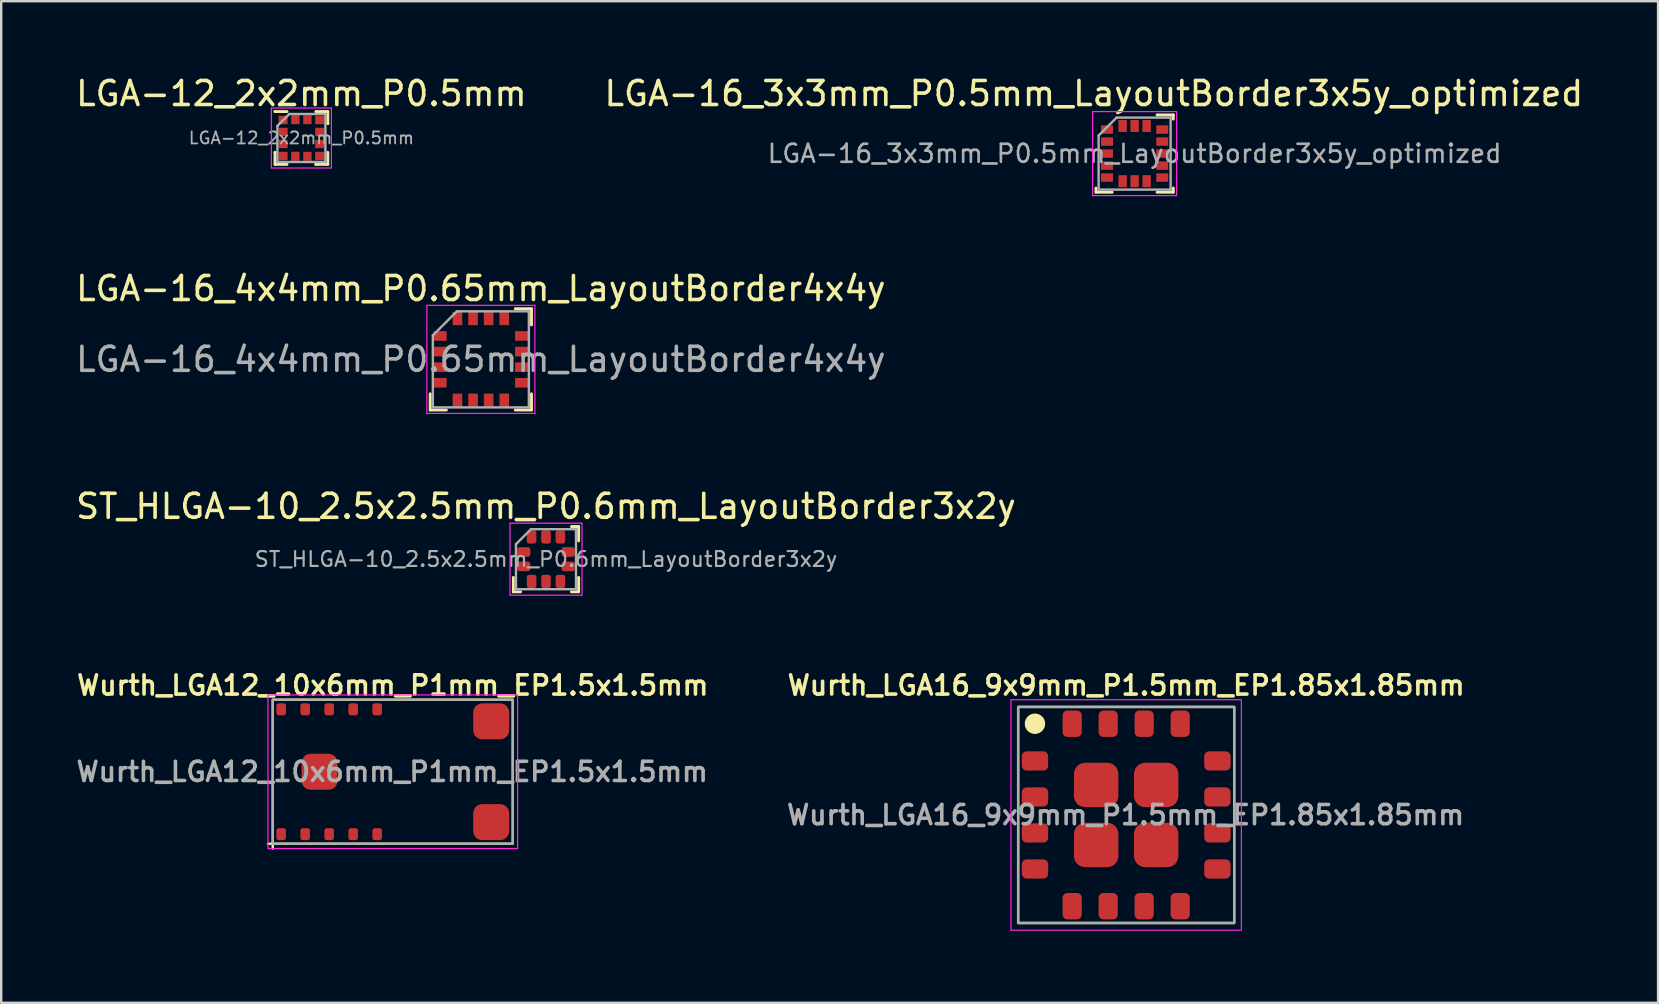
<source format=kicad_pcb>
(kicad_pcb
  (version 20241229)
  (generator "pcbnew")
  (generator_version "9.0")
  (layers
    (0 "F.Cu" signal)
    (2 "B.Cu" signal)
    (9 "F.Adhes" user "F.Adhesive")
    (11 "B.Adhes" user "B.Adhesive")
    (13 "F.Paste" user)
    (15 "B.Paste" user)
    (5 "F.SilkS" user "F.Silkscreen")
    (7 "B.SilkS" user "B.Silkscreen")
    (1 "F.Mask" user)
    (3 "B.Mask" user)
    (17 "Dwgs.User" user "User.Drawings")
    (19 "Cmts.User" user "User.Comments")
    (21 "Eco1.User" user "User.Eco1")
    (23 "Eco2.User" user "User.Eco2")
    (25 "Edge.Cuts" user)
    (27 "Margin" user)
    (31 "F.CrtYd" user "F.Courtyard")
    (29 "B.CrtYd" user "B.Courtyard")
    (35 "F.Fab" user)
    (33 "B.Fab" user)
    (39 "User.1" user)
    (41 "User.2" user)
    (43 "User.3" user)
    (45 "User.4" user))
  (footprint "LGA-16_4x4mm_P0.65mm_LayoutBorder4x4y"
    (layer "F.Cu")
    (at 16.982 11.921)
    (property "Reference" "LGA-16_4x4mm_P0.65mm_LayoutBorder4x4y" (at 0 -2.95 0) (layer "F.SilkS") (effects (font (size 1 1) (thickness 0.15))))
    (attr smd)
    (fp_line (start -2.11 2.11) (end -2.11 1.435) (stroke (width 0.12) (type solid)) (layer "F.SilkS"))
    (fp_line (start -1.435 2.11) (end -2.11 2.11) (stroke (width 0.12) (type solid)) (layer "F.SilkS"))
    (fp_line (start 1.435 -2.11) (end 2.11 -2.11) (stroke (width 0.12) (type solid)) (layer "F.SilkS"))
    (fp_line (start 1.435 2.11) (end 2.11 2.11) (stroke (width 0.12) (type solid)) (layer "F.SilkS"))
    (fp_line (start 2.11 -2.11) (end 2.11 -1.435) (stroke (width 0.12) (type solid)) (layer "F.SilkS"))
    (fp_line (start 2.11 2.11) (end 2.11 1.435) (stroke (width 0.12) (type solid)) (layer "F.SilkS"))
    (fp_line (start -2.25 -2.25) (end -2.25 2.25) (stroke (width 0.05) (type solid)) (layer "F.CrtYd"))
    (fp_line (start -2.25 2.25) (end 2.25 2.25) (stroke (width 0.05) (type solid)) (layer "F.CrtYd"))
    (fp_line (start 2.25 -2.25) (end -2.25 -2.25) (stroke (width 0.05) (type solid)) (layer "F.CrtYd"))
    (fp_line (start 2.25 2.25) (end 2.25 -2.25) (stroke (width 0.05) (type solid)) (layer "F.CrtYd"))
    (fp_line (start -2 -1) (end -1 -2) (stroke (width 0.1) (type solid)) (layer "F.Fab"))
    (fp_line (start -2 2) (end -2 -1) (stroke (width 0.1) (type solid)) (layer "F.Fab"))
    (fp_line (start -1 -2) (end 2 -2) (stroke (width 0.1) (type solid)) (layer "F.Fab"))
    (fp_line (start 2 -2) (end 2 2) (stroke (width 0.1) (type solid)) (layer "F.Fab"))
    (fp_line (start 2 2) (end -2 2) (stroke (width 0.1) (type solid)) (layer "F.Fab"))
    (fp_text user "${REFERENCE}" (at 0 0 0) (layer "F.Fab") (effects (font (size 1 1) (thickness 0.15))))
    (pad "1" smd rect (at -1.7 -0.975) (size 0.55 0.4) (layers "F.Cu" "F.Mask" "F.Paste"))
    (pad "2" smd rect (at -1.7 -0.325) (size 0.55 0.4) (layers "F.Cu" "F.Mask" "F.Paste"))
    (pad "3" smd rect (at -1.7 0.325) (size 0.55 0.4) (layers "F.Cu" "F.Mask" "F.Paste"))
    (pad "4" smd rect (at -1.7 0.975) (size 0.55 0.4) (layers "F.Cu" "F.Mask" "F.Paste"))
    (pad "5" smd rect (at -0.975 1.7) (size 0.4 0.55) (layers "F.Cu" "F.Mask" "F.Paste"))
    (pad "6" smd rect (at -0.325 1.7) (size 0.4 0.55) (layers "F.Cu" "F.Mask" "F.Paste"))
    (pad "7" smd rect (at 0.325 1.7) (size 0.4 0.55) (layers "F.Cu" "F.Mask" "F.Paste"))
    (pad "8" smd rect (at 0.975 1.7) (size 0.4 0.55) (layers "F.Cu" "F.Mask" "F.Paste"))
    (pad "9" smd rect (at 1.7 0.975) (size 0.55 0.4) (layers "F.Cu" "F.Mask" "F.Paste"))
    (pad "10" smd rect (at 1.7 0.325) (size 0.55 0.4) (layers "F.Cu" "F.Mask" "F.Paste"))
    (pad "11" smd rect (at 1.7 -0.325) (size 0.55 0.4) (layers "F.Cu" "F.Mask" "F.Paste"))
    (pad "12" smd rect (at 1.7 -0.975) (size 0.55 0.4) (layers "F.Cu" "F.Mask" "F.Paste"))
    (pad "13" smd rect (at 0.975 -1.7) (size 0.4 0.55) (layers "F.Cu" "F.Mask" "F.Paste"))
    (pad "14" smd rect (at 0.325 -1.7) (size 0.4 0.55) (layers "F.Cu" "F.Mask" "F.Paste"))
    (pad "15" smd rect (at -0.325 -1.7) (size 0.4 0.55) (layers "F.Cu" "F.Mask" "F.Paste"))
    (pad "16" smd rect (at -0.975 -1.7) (size 0.4 0.55) (layers "F.Cu" "F.Mask" "F.Paste")))
  (footprint "LGA-16_3x3mm_P0.5mm_LayoutBorder3x5y_optimized"
    (layer "F.Cu")
    (at 44.218 3.348)
    (property "Reference" "LGA-16_3x3mm_P0.5mm_LayoutBorder3x5y_optimized" (at -1.7 -2.5 0) (layer "F.SilkS") (effects (font (size 1 1) (thickness 0.15))))
    (attr smd)
    (fp_line (start -1.61 1.61) (end -1.61 1.435) (stroke (width 0.12) (type solid)) (layer "F.SilkS"))
    (fp_line (start -0.935 1.61) (end -1.61 1.61) (stroke (width 0.12) (type solid)) (layer "F.SilkS"))
    (fp_line (start 0.935 -1.61) (end 1.61 -1.61) (stroke (width 0.12) (type solid)) (layer "F.SilkS"))
    (fp_line (start 0.935 1.61) (end 1.61 1.61) (stroke (width 0.12) (type solid)) (layer "F.SilkS"))
    (fp_line (start 1.61 -1.61) (end 1.61 -1.435) (stroke (width 0.12) (type solid)) (layer "F.SilkS"))
    (fp_line (start 1.61 1.61) (end 1.61 1.435) (stroke (width 0.12) (type solid)) (layer "F.SilkS"))
    (fp_line (start -1.75 -1.75) (end -1.75 1.75) (stroke (width 0.05) (type solid)) (layer "F.CrtYd"))
    (fp_line (start -1.75 1.75) (end 1.75 1.75) (stroke (width 0.05) (type solid)) (layer "F.CrtYd"))
    (fp_line (start 1.75 -1.75) (end -1.75 -1.75) (stroke (width 0.05) (type solid)) (layer "F.CrtYd"))
    (fp_line (start 1.75 1.75) (end 1.75 -1.75) (stroke (width 0.05) (type solid)) (layer "F.CrtYd"))
    (fp_line (start -1.5 -0.75) (end -0.75 -1.5) (stroke (width 0.1) (type solid)) (layer "F.Fab"))
    (fp_line (start -1.5 1.5) (end -1.5 -0.75) (stroke (width 0.1) (type solid)) (layer "F.Fab"))
    (fp_line (start -0.75 -1.5) (end 1.5 -1.5) (stroke (width 0.1) (type solid)) (layer "F.Fab"))
    (fp_line (start 1.5 -1.5) (end 1.5 1.5) (stroke (width 0.1) (type solid)) (layer "F.Fab"))
    (fp_line (start 1.5 1.5) (end -1.5 1.5) (stroke (width 0.1) (type solid)) (layer "F.Fab"))
    (fp_text user "${REFERENCE}" (at 0 0 0) (layer "F.Fab") (effects (font (size 0.75 0.75) (thickness 0.11))))
    (pad "1" smd rect (at -1.15 -1) (size 0.5 0.35) (layers "F.Cu" "F.Mask" "F.Paste"))
    (pad "2" smd rect (at -1.15 -0.5) (size 0.5 0.35) (layers "F.Cu" "F.Mask" "F.Paste"))
    (pad "3" smd rect (at -1.15 0) (size 0.5 0.35) (layers "F.Cu" "F.Mask" "F.Paste"))
    (pad "4" smd rect (at -1.15 0.5) (size 0.5 0.35) (layers "F.Cu" "F.Mask" "F.Paste"))
    (pad "5" smd rect (at -1.15 1) (size 0.5 0.35) (layers "F.Cu" "F.Mask" "F.Paste"))
    (pad "6" smd rect (at -0.5 1.15) (size 0.35 0.5) (layers "F.Cu" "F.Mask" "F.Paste"))
    (pad "7" smd rect (at 0 1.15) (size 0.35 0.5) (layers "F.Cu" "F.Mask" "F.Paste"))
    (pad "8" smd rect (at 0.5 1.15) (size 0.35 0.5) (layers "F.Cu" "F.Mask" "F.Paste"))
    (pad "9" smd rect (at 1.15 1) (size 0.5 0.35) (layers "F.Cu" "F.Mask" "F.Paste"))
    (pad "10" smd rect (at 1.15 0.5) (size 0.5 0.35) (layers "F.Cu" "F.Mask" "F.Paste"))
    (pad "11" smd rect (at 1.15 0) (size 0.5 0.35) (layers "F.Cu" "F.Mask" "F.Paste"))
    (pad "12" smd rect (at 1.15 -0.5) (size 0.5 0.35) (layers "F.Cu" "F.Mask" "F.Paste"))
    (pad "13" smd rect (at 1.15 -1) (size 0.5 0.35) (layers "F.Cu" "F.Mask" "F.Paste"))
    (pad "14" smd rect (at 0.5 -1.15) (size 0.35 0.5) (layers "F.Cu" "F.Mask" "F.Paste"))
    (pad "15" smd rect (at 0 -1.15) (size 0.35 0.5) (layers "F.Cu" "F.Mask" "F.Paste"))
    (pad "16" smd rect (at -0.5 -1.15) (size 0.35 0.5) (layers "F.Cu" "F.Mask" "F.Paste")))
  (footprint "ST_HLGA-10_2.5x2.5mm_P0.6mm_LayoutBorder3x2y"
    (layer "F.Cu")
    (at 19.696 20.245)
    (property "Reference" "ST_HLGA-10_2.5x2.5mm_P0.6mm_LayoutBorder3x2y" (at 0 -2.2 0) (layer "F.SilkS") (effects (font (size 1 1) (thickness 0.15))))
    (attr smd)
    (fp_line (start -1.36 1.36) (end -1.36 0.76) (stroke (width 0.12) (type solid)) (layer "F.SilkS"))
    (fp_line (start -1.06 1.36) (end -1.36 1.36) (stroke (width 0.12) (type solid)) (layer "F.SilkS"))
    (fp_line (start 1.06 -1.36) (end 1.36 -1.36) (stroke (width 0.12) (type solid)) (layer "F.SilkS"))
    (fp_line (start 1.06 1.36) (end 1.36 1.36) (stroke (width 0.12) (type solid)) (layer "F.SilkS"))
    (fp_line (start 1.36 -1.36) (end 1.36 -0.76) (stroke (width 0.12) (type solid)) (layer "F.SilkS"))
    (fp_line (start 1.36 1.36) (end 1.36 0.76) (stroke (width 0.12) (type solid)) (layer "F.SilkS"))
    (fp_line (start -1.5 -1.5) (end -1.5 1.5) (stroke (width 0.05) (type solid)) (layer "F.CrtYd"))
    (fp_line (start -1.5 1.5) (end 1.5 1.5) (stroke (width 0.05) (type solid)) (layer "F.CrtYd"))
    (fp_line (start 1.5 -1.5) (end -1.5 -1.5) (stroke (width 0.05) (type solid)) (layer "F.CrtYd"))
    (fp_line (start 1.5 1.5) (end 1.5 -1.5) (stroke (width 0.05) (type solid)) (layer "F.CrtYd"))
    (fp_line (start -1.25 -0.625) (end -0.625 -1.25) (stroke (width 0.1) (type solid)) (layer "F.Fab"))
    (fp_line (start -1.25 1.25) (end -1.25 -0.625) (stroke (width 0.1) (type solid)) (layer "F.Fab"))
    (fp_line (start -0.625 -1.25) (end 1.25 -1.25) (stroke (width 0.1) (type solid)) (layer "F.Fab"))
    (fp_line (start 1.25 -1.25) (end 1.25 1.25) (stroke (width 0.1) (type solid)) (layer "F.Fab"))
    (fp_line (start 1.25 1.25) (end -1.25 1.25) (stroke (width 0.1) (type solid)) (layer "F.Fab"))
    (fp_text user "${REFERENCE}" (at 0 0 0) (layer "F.Fab") (effects (font (size 0.62 0.62) (thickness 0.09))))
    (pad "1" smd roundrect (at -0.925 -0.3) (size 0.55 0.4) (layers "F.Cu" "F.Mask" "F.Paste") (roundrect_rratio 0.25))
    (pad "2" smd roundrect (at -0.925 0.3) (size 0.55 0.4) (layers "F.Cu" "F.Mask" "F.Paste") (roundrect_rratio 0.25))
    (pad "3" smd roundrect (at -0.6 0.925) (size 0.4 0.55) (layers "F.Cu" "F.Mask" "F.Paste") (roundrect_rratio 0.25))
    (pad "4" smd roundrect (at 0 0.925) (size 0.4 0.55) (layers "F.Cu" "F.Mask" "F.Paste") (roundrect_rratio 0.25))
    (pad "5" smd roundrect (at 0.6 0.925) (size 0.4 0.55) (layers "F.Cu" "F.Mask" "F.Paste") (roundrect_rratio 0.25))
    (pad "6" smd roundrect (at 0.925 0.3) (size 0.55 0.4) (layers "F.Cu" "F.Mask" "F.Paste") (roundrect_rratio 0.25))
    (pad "7" smd roundrect (at 0.925 -0.3) (size 0.55 0.4) (layers "F.Cu" "F.Mask" "F.Paste") (roundrect_rratio 0.25))
    (pad "8" smd roundrect (at 0.6 -0.925) (size 0.4 0.55) (layers "F.Cu" "F.Mask" "F.Paste") (roundrect_rratio 0.25))
    (pad "9" smd roundrect (at 0 -0.925) (size 0.4 0.55) (layers "F.Cu" "F.Mask" "F.Paste") (roundrect_rratio 0.25))
    (pad "10" smd roundrect (at -0.6 -0.925) (size 0.4 0.55) (layers "F.Cu" "F.Mask" "F.Paste") (roundrect_rratio 0.25)))
  (footprint "LGA-12_2x2mm_P0.5mm"
    (layer "F.Cu")
    (at 9.506 2.698)
    (property "Reference" "LGA-12_2x2mm_P0.5mm" (at 0 -1.85 0) (layer "F.SilkS") (effects (font (size 1 1) (thickness 0.15))))
    (attr smd)
    (fp_line (start -1.1 -1.1) (end -1.1 -1.1) (stroke (width 0.12) (type solid)) (layer "F.SilkS"))
    (fp_line (start -1.1 0.6) (end -1.1 0.6) (stroke (width 0.12) (type solid)) (layer "F.SilkS"))
    (fp_line (start -1.1 1.1) (end -1.1 0.6) (stroke (width 0.12) (type solid)) (layer "F.SilkS"))
    (fp_line (start -0.6 -1.1) (end -1.1 -1.1) (stroke (width 0.12) (type solid)) (layer "F.SilkS"))
    (fp_line (start -0.6 1.1) (end -1.1 1.1) (stroke (width 0.12) (type solid)) (layer "F.SilkS"))
    (fp_line (start 0.6 -1.1) (end 1.1 -1.1) (stroke (width 0.12) (type solid)) (layer "F.SilkS"))
    (fp_line (start 0.6 1.1) (end 0.6 1.1) (stroke (width 0.12) (type solid)) (layer "F.SilkS"))
    (fp_line (start 1.1 -1.1) (end 1.1 -0.6) (stroke (width 0.12) (type solid)) (layer "F.SilkS"))
    (fp_line (start 1.1 -0.6) (end 1.1 -0.6) (stroke (width 0.12) (type solid)) (layer "F.SilkS"))
    (fp_line (start 1.1 0.6) (end 1.1 1.1) (stroke (width 0.12) (type solid)) (layer "F.SilkS"))
    (fp_line (start 1.1 1.1) (end 0.6 1.1) (stroke (width 0.12) (type solid)) (layer "F.SilkS"))
    (fp_line (start -1.25 -1.25) (end 1.25 -1.25) (stroke (width 0.05) (type solid)) (layer "F.CrtYd"))
    (fp_line (start -1.25 1.25) (end -1.25 -1.25) (stroke (width 0.05) (type solid)) (layer "F.CrtYd"))
    (fp_line (start 1.25 -1.25) (end 1.25 1.25) (stroke (width 0.05) (type solid)) (layer "F.CrtYd"))
    (fp_line (start 1.25 1.25) (end -1.25 1.25) (stroke (width 0.05) (type solid)) (layer "F.CrtYd"))
    (fp_line (start -1 -0.5) (end -0.5 -1) (stroke (width 0.1) (type solid)) (layer "F.Fab"))
    (fp_line (start -1 1) (end -1 -0.5) (stroke (width 0.1) (type solid)) (layer "F.Fab"))
    (fp_line (start -0.5 -1) (end 1 -1) (stroke (width 0.1) (type solid)) (layer "F.Fab"))
    (fp_line (start 1 -1) (end 1 1) (stroke (width 0.1) (type solid)) (layer "F.Fab"))
    (fp_line (start 1 1) (end -1 1) (stroke (width 0.1) (type solid)) (layer "F.Fab"))
    (fp_text user "${REFERENCE}" (at 0 0 0) (layer "F.Fab") (effects (font (size 0.5 0.5) (thickness 0.075))))
    (pad "1" smd rect (at -0.762 -0.75) (size 0.375 0.35) (layers "F.Cu" "F.Mask" "F.Paste"))
    (pad "2" smd rect (at -0.762 -0.25) (size 0.375 0.35) (layers "F.Cu" "F.Mask" "F.Paste"))
    (pad "3" smd rect (at -0.762 0.25) (size 0.375 0.35) (layers "F.Cu" "F.Mask" "F.Paste"))
    (pad "4" smd rect (at -0.762 0.75) (size 0.375 0.35) (layers "F.Cu" "F.Mask" "F.Paste"))
    (pad "5" smd rect (at -0.25 0.762 90) (size 0.375 0.35) (layers "F.Cu" "F.Mask" "F.Paste"))
    (pad "6" smd rect (at 0.25 0.762 90) (size 0.375 0.35) (layers "F.Cu" "F.Mask" "F.Paste"))
    (pad "7" smd rect (at 0.762 0.75) (size 0.375 0.35) (layers "F.Cu" "F.Mask" "F.Paste"))
    (pad "8" smd rect (at 0.762 0.25) (size 0.375 0.35) (layers "F.Cu" "F.Mask" "F.Paste"))
    (pad "9" smd rect (at 0.762 -0.25) (size 0.375 0.35) (layers "F.Cu" "F.Mask" "F.Paste"))
    (pad "10" smd rect (at 0.762 -0.75) (size 0.375 0.35) (layers "F.Cu" "F.Mask" "F.Paste"))
    (pad "11" smd rect (at 0.25 -0.762 90) (size 0.375 0.35) (layers "F.Cu" "F.Mask" "F.Paste"))
    (pad "12" smd rect (at -0.25 -0.762 90) (size 0.375 0.35) (layers "F.Cu" "F.Mask" "F.Paste")))
  (footprint "Wurth_LGA16_9x9mm_P1.5mm_EP1.85x1.85mm"
    (layer "F.Cu")
    (at 43.866 30.901)
    (property "Reference" "Wurth_LGA16_9x9mm_P1.5mm_EP1.85x1.85mm" (at 0 -5.4 0) (unlocked yes) (layer "F.SilkS") (effects (font (size 0.8 0.8) (thickness 0.15) (bold yes))))
    (attr smd)
    (fp_rect (start -4.5 -4.5) (end 4.5 4.5) (stroke (width 0.1) (type default)) (fill no) (layer "F.SilkS"))
    (fp_circle (center -3.8 -3.8) (end -3.4 -3.8) (stroke (width 0.05) (type solid)) (fill yes) (layer "F.SilkS"))
    (fp_rect (start -4.8 -4.8) (end 4.8 4.8) (stroke (width 0.05) (type default)) (fill no) (layer "F.CrtYd"))
    (fp_rect (start -4.5 -4.5) (end 4.5 4.5) (stroke (width 0.1) (type default)) (fill no) (layer "F.Fab"))
    (fp_text user "${REFERENCE}" (at -0.025 0 0) (unlocked yes) (layer "F.Fab") (effects (font (size 0.8 0.8) (thickness 0.15))))
    (pad "1" smd roundrect (at -3.8 -2.25) (size 1.1 0.8) (layers "F.Cu" "F.Mask" "F.Paste") (roundrect_rratio 0.25))
    (pad "2" smd roundrect (at -3.8 -0.75) (size 1.1 0.8) (layers "F.Cu" "F.Mask" "F.Paste") (roundrect_rratio 0.25))
    (pad "3" smd roundrect (at -3.8 0.75) (size 1.1 0.8) (layers "F.Cu" "F.Mask" "F.Paste") (roundrect_rratio 0.25))
    (pad "4" smd roundrect (at -3.8 2.25) (size 1.1 0.8) (layers "F.Cu" "F.Mask" "F.Paste") (roundrect_rratio 0.25))
    (pad "5" smd roundrect (at -2.25 3.8 90) (size 1.1 0.8) (layers "F.Cu" "F.Mask" "F.Paste") (roundrect_rratio 0.25))
    (pad "6" smd roundrect (at -0.75 3.8 90) (size 1.1 0.8) (layers "F.Cu" "F.Mask" "F.Paste") (roundrect_rratio 0.25))
    (pad "7" smd roundrect (at 0.75 3.8 90) (size 1.1 0.8) (layers "F.Cu" "F.Mask" "F.Paste") (roundrect_rratio 0.25))
    (pad "8" smd roundrect (at 2.25 3.8 90) (size 1.1 0.8) (layers "F.Cu" "F.Mask" "F.Paste") (roundrect_rratio 0.25))
    (pad "9" smd roundrect (at 3.8 2.25 180) (size 1.1 0.8) (layers "F.Cu" "F.Mask" "F.Paste") (roundrect_rratio 0.25))
    (pad "10" smd roundrect (at 3.8 0.75 180) (size 1.1 0.8) (layers "F.Cu" "F.Mask" "F.Paste") (roundrect_rratio 0.25))
    (pad "11" smd roundrect (at 3.8 -0.75 180) (size 1.1 0.8) (layers "F.Cu" "F.Mask" "F.Paste") (roundrect_rratio 0.25))
    (pad "12" smd roundrect (at 3.8 -2.25 180) (size 1.1 0.8) (layers "F.Cu" "F.Mask" "F.Paste") (roundrect_rratio 0.25))
    (pad "13" smd roundrect (at 2.25 -3.8 270) (size 1.1 0.8) (layers "F.Cu" "F.Mask" "F.Paste") (roundrect_rratio 0.25))
    (pad "14" smd roundrect (at 0.75 -3.8 270) (size 1.1 0.8) (layers "F.Cu" "F.Mask" "F.Paste") (roundrect_rratio 0.25))
    (pad "15" smd roundrect (at -0.75 -3.8 270) (size 1.1 0.8) (layers "F.Cu" "F.Mask" "F.Paste") (roundrect_rratio 0.25))
    (pad "16" smd roundrect (at -2.25 -3.8 270) (size 1.1 0.8) (layers "F.Cu" "F.Mask" "F.Paste") (roundrect_rratio 0.25))
    (pad "EP" smd roundrect (at -1.25 -1.25 270) (size 1.85 1.85) (layers "F.Cu" "F.Mask" "F.Paste") (roundrect_rratio 0.25))
    (pad "EP" smd roundrect (at -1.25 1.25 270) (size 1.85 1.85) (layers "F.Cu" "F.Mask" "F.Paste") (roundrect_rratio 0.25))
    (pad "EP" smd roundrect (at 1.25 -1.25 270) (size 1.85 1.85) (layers "F.Cu" "F.Mask" "F.Paste") (roundrect_rratio 0.25))
    (pad "EP" smd roundrect (at 1.25 1.25 270) (size 1.85 1.85) (layers "F.Cu" "F.Mask" "F.Paste") (roundrect_rratio 0.25)))
  (footprint "Wurth_LGA12_10x6mm_P1mm_EP1.5x1.5mm"
    (layer "F.Cu")
    (at 13.313 29.101)
    (property "Reference" "Wurth_LGA12_10x6mm_P1mm_EP1.5x1.5mm" (at 0 -3.6 0) (unlocked yes) (layer "F.SilkS") (effects (font (size 0.8 0.8) (thickness 0.15) (bold yes))))
    (attr smd)
    (fp_line (start -5 3) (end -5.2 3) (stroke (width 0.1) (type default)) (layer "F.SilkS"))
    (fp_line (start -5 3) (end -5 3.2) (stroke (width 0.1) (type default)) (layer "F.SilkS"))
    (fp_rect (start -5 -3) (end 5 3) (stroke (width 0.1) (type default)) (fill no) (layer "F.SilkS"))
    (fp_rect (start -5.2 -3.2) (end 5.2 3.2) (stroke (width 0.05) (type default)) (fill no) (layer "F.CrtYd"))
    (fp_rect (start -5 -3) (end 5 3) (stroke (width 0.1) (type default)) (fill no) (layer "F.Fab"))
    (fp_text user "${REFERENCE}" (at -0.025 0 0) (unlocked yes) (layer "F.Fab") (effects (font (size 0.8 0.8) (thickness 0.15))))
    (pad "1" smd roundrect (at -4.65 2.6) (size 0.4 0.5) (layers "F.Cu" "F.Mask" "F.Paste") (roundrect_rratio 0.25))
    (pad "2" smd roundrect (at -3.65 2.6) (size 0.4 0.5) (layers "F.Cu" "F.Mask" "F.Paste") (roundrect_rratio 0.25))
    (pad "3" smd roundrect (at -2.65 2.6) (size 0.4 0.5) (layers "F.Cu" "F.Mask" "F.Paste") (roundrect_rratio 0.25))
    (pad "4" smd roundrect (at -1.65 2.6) (size 0.4 0.5) (layers "F.Cu" "F.Mask" "F.Paste") (roundrect_rratio 0.25))
    (pad "5" smd roundrect (at -0.65 2.6) (size 0.4 0.5) (layers "F.Cu" "F.Mask" "F.Paste") (roundrect_rratio 0.25))
    (pad "6" smd roundrect (at 4.1 2.1) (size 1.5 1.5) (layers "F.Cu" "F.Mask" "F.Paste") (roundrect_rratio 0.25))
    (pad "7" smd roundrect (at 4.1 -2.1) (size 1.5 1.5) (layers "F.Cu" "F.Mask" "F.Paste") (roundrect_rratio 0.25))
    (pad "8" smd roundrect (at -0.65 -2.6) (size 0.4 0.5) (layers "F.Cu" "F.Mask" "F.Paste") (roundrect_rratio 0.25))
    (pad "9" smd roundrect (at -1.65 -2.6) (size 0.4 0.5) (layers "F.Cu" "F.Mask" "F.Paste") (roundrect_rratio 0.25))
    (pad "10" smd roundrect (at -2.65 -2.6) (size 0.4 0.5) (layers "F.Cu" "F.Mask" "F.Paste") (roundrect_rratio 0.25))
    (pad "11" smd roundrect (at -3.65 -2.6) (size 0.4 0.5) (layers "F.Cu" "F.Mask" "F.Paste") (roundrect_rratio 0.25))
    (pad "12" smd roundrect (at -4.65 -2.6) (size 0.4 0.5) (layers "F.Cu" "F.Mask" "F.Paste") (roundrect_rratio 0.25))
    (pad "13" smd roundrect (at -3.05 0) (size 1.5 1.5) (layers "F.Cu" "F.Mask" "F.Paste") (roundrect_rratio 0.25)))
  (gr_rect
    (start -3 -3)
    (end 66.024 38.726)
    (stroke (width 0.1) (type default))
    (fill no)
    (layer "Edge.Cuts")))
</source>
